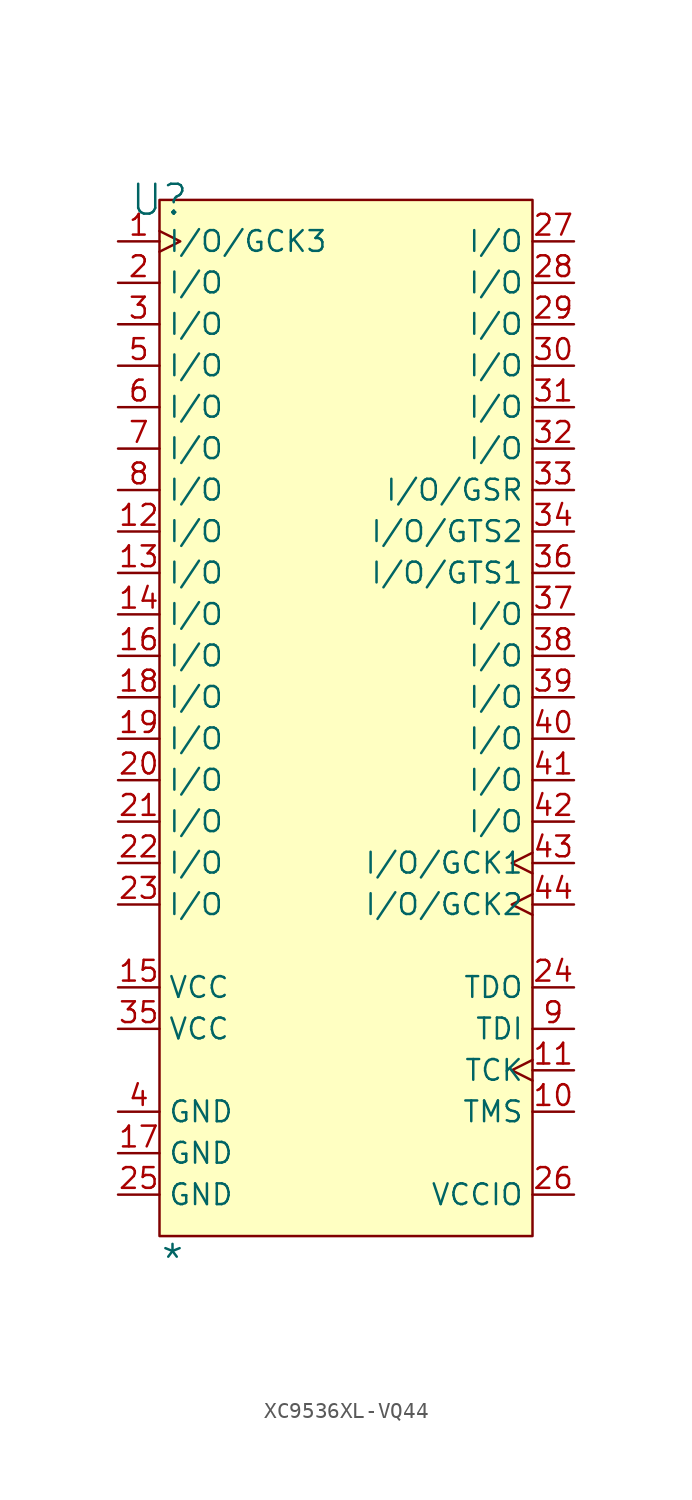
<source format=kicad_sym>
(kicad_symbol_lib
  (version 20241209)
  (generator "kicad_symbol_editor")
  (generator_version "9.0")
  (symbol "XC9536XL-VQ44"
    (property "Reference" "U"
      (at 0 0 0)
      (effects (font (size 1.829 1.829))))
    (property "Value" "*"
      (at 0 -66.04 0)
      (effects (font (size 1.829 1.829)) (justify left bottom)))
    (symbol "XC9536XL-VQ44_1_0"
      (rectangle (start 22.86 0) (end 0 -63.5) (stroke (width 0) (type solid) (color 128 0 0 1)) (fill (type background)))
      (pin bidirectional clock (at -2.54 -2.54 0) (length 2.54) (name "I/O/GCK3" (effects (font (size 1.27 1.27)))) (number "1" (effects (font (size 1.27 1.27)))))
      (pin bidirectional line (at -2.54 -5.08 0) (length 2.54) (name "I/O" (effects (font (size 1.27 1.27)))) (number "2" (effects (font (size 1.27 1.27)))))
      (pin bidirectional line (at -2.54 -7.62 0) (length 2.54) (name "I/O" (effects (font (size 1.27 1.27)))) (number "3" (effects (font (size 1.27 1.27)))))
      (pin bidirectional line (at -2.54 -10.16 0) (length 2.54) (name "I/O" (effects (font (size 1.27 1.27)))) (number "5" (effects (font (size 1.27 1.27)))))
      (pin bidirectional line (at -2.54 -12.7 0) (length 2.54) (name "I/O" (effects (font (size 1.27 1.27)))) (number "6" (effects (font (size 1.27 1.27)))))
      (pin bidirectional line (at -2.54 -15.24 0) (length 2.54) (name "I/O" (effects (font (size 1.27 1.27)))) (number "7" (effects (font (size 1.27 1.27)))))
      (pin bidirectional line (at -2.54 -17.78 0) (length 2.54) (name "I/O" (effects (font (size 1.27 1.27)))) (number "8" (effects (font (size 1.27 1.27)))))
      (pin bidirectional line (at -2.54 -20.32 0) (length 2.54) (name "I/O" (effects (font (size 1.27 1.27)))) (number "12" (effects (font (size 1.27 1.27)))))
      (pin bidirectional line (at -2.54 -22.86 0) (length 2.54) (name "I/O" (effects (font (size 1.27 1.27)))) (number "13" (effects (font (size 1.27 1.27)))))
      (pin bidirectional line (at -2.54 -25.4 0) (length 2.54) (name "I/O" (effects (font (size 1.27 1.27)))) (number "14" (effects (font (size 1.27 1.27)))))
      (pin bidirectional line (at -2.54 -27.94 0) (length 2.54) (name "I/O" (effects (font (size 1.27 1.27)))) (number "16" (effects (font (size 1.27 1.27)))))
      (pin bidirectional line (at -2.54 -30.48 0) (length 2.54) (name "I/O" (effects (font (size 1.27 1.27)))) (number "18" (effects (font (size 1.27 1.27)))))
      (pin bidirectional line (at -2.54 -33.02 0) (length 2.54) (name "I/O" (effects (font (size 1.27 1.27)))) (number "19" (effects (font (size 1.27 1.27)))))
      (pin bidirectional line (at -2.54 -35.56 0) (length 2.54) (name "I/O" (effects (font (size 1.27 1.27)))) (number "20" (effects (font (size 1.27 1.27)))))
      (pin bidirectional line (at -2.54 -38.1 0) (length 2.54) (name "I/O" (effects (font (size 1.27 1.27)))) (number "21" (effects (font (size 1.27 1.27)))))
      (pin bidirectional line (at -2.54 -40.64 0) (length 2.54) (name "I/O" (effects (font (size 1.27 1.27)))) (number "22" (effects (font (size 1.27 1.27)))))
      (pin bidirectional line (at -2.54 -43.18 0) (length 2.54) (name "I/O" (effects (font (size 1.27 1.27)))) (number "23" (effects (font (size 1.27 1.27)))))
      (pin power_in line (at -2.54 -48.26 0) (length 2.54) (name "VCC" (effects (font (size 1.27 1.27)))) (number "15" (effects (font (size 1.27 1.27)))))
      (pin power_in line (at -2.54 -50.8 0) (length 2.54) (name "VCC" (effects (font (size 1.27 1.27)))) (number "35" (effects (font (size 1.27 1.27)))))
      (pin power_in line (at -2.54 -55.88 0) (length 2.54) (name "GND" (effects (font (size 1.27 1.27)))) (number "4" (effects (font (size 1.27 1.27)))))
      (pin power_in line (at -2.54 -58.42 0) (length 2.54) (name "GND" (effects (font (size 1.27 1.27)))) (number "17" (effects (font (size 1.27 1.27)))))
      (pin power_in line (at -2.54 -60.96 0) (length 2.54) (name "GND" (effects (font (size 1.27 1.27)))) (number "25" (effects (font (size 1.27 1.27)))))
      (pin bidirectional line (at 25.4 -2.54 180) (length 2.54) (name "I/O" (effects (font (size 1.27 1.27)))) (number "27" (effects (font (size 1.27 1.27)))))
      (pin bidirectional line (at 25.4 -5.08 180) (length 2.54) (name "I/O" (effects (font (size 1.27 1.27)))) (number "28" (effects (font (size 1.27 1.27)))))
      (pin bidirectional line (at 25.4 -7.62 180) (length 2.54) (name "I/O" (effects (font (size 1.27 1.27)))) (number "29" (effects (font (size 1.27 1.27)))))
      (pin bidirectional line (at 25.4 -10.16 180) (length 2.54) (name "I/O" (effects (font (size 1.27 1.27)))) (number "30" (effects (font (size 1.27 1.27)))))
      (pin bidirectional line (at 25.4 -12.7 180) (length 2.54) (name "I/O" (effects (font (size 1.27 1.27)))) (number "31" (effects (font (size 1.27 1.27)))))
      (pin bidirectional line (at 25.4 -15.24 180) (length 2.54) (name "I/O" (effects (font (size 1.27 1.27)))) (number "32" (effects (font (size 1.27 1.27)))))
      (pin bidirectional line (at 25.4 -17.78 180) (length 2.54) (name "I/O/GSR" (effects (font (size 1.27 1.27)))) (number "33" (effects (font (size 1.27 1.27)))))
      (pin bidirectional line (at 25.4 -20.32 180) (length 2.54) (name "I/O/GTS2" (effects (font (size 1.27 1.27)))) (number "34" (effects (font (size 1.27 1.27)))))
      (pin bidirectional line (at 25.4 -22.86 180) (length 2.54) (name "I/O/GTS1" (effects (font (size 1.27 1.27)))) (number "36" (effects (font (size 1.27 1.27)))))
      (pin bidirectional line (at 25.4 -25.4 180) (length 2.54) (name "I/O" (effects (font (size 1.27 1.27)))) (number "37" (effects (font (size 1.27 1.27)))))
      (pin bidirectional line (at 25.4 -27.94 180) (length 2.54) (name "I/O" (effects (font (size 1.27 1.27)))) (number "38" (effects (font (size 1.27 1.27)))))
      (pin bidirectional line (at 25.4 -30.48 180) (length 2.54) (name "I/O" (effects (font (size 1.27 1.27)))) (number "39" (effects (font (size 1.27 1.27)))))
      (pin bidirectional line (at 25.4 -33.02 180) (length 2.54) (name "I/O" (effects (font (size 1.27 1.27)))) (number "40" (effects (font (size 1.27 1.27)))))
      (pin bidirectional line (at 25.4 -35.56 180) (length 2.54) (name "I/O" (effects (font (size 1.27 1.27)))) (number "41" (effects (font (size 1.27 1.27)))))
      (pin bidirectional line (at 25.4 -38.1 180) (length 2.54) (name "I/O" (effects (font (size 1.27 1.27)))) (number "42" (effects (font (size 1.27 1.27)))))
      (pin bidirectional clock (at 25.4 -40.64 180) (length 2.54) (name "I/O/GCK1" (effects (font (size 1.27 1.27)))) (number "43" (effects (font (size 1.27 1.27)))))
      (pin bidirectional clock (at 25.4 -43.18 180) (length 2.54) (name "I/O/GCK2" (effects (font (size 1.27 1.27)))) (number "44" (effects (font (size 1.27 1.27)))))
      (pin tri_state line (at 25.4 -48.26 180) (length 2.54) (name "TDO" (effects (font (size 1.27 1.27)))) (number "24" (effects (font (size 1.27 1.27)))))
      (pin input line (at 25.4 -50.8 180) (length 2.54) (name "TDI" (effects (font (size 1.27 1.27)))) (number "9" (effects (font (size 1.27 1.27)))))
      (pin input clock (at 25.4 -53.34 180) (length 2.54) (name "TCK" (effects (font (size 1.27 1.27)))) (number "11" (effects (font (size 1.27 1.27)))))
      (pin input line (at 25.4 -55.88 180) (length 2.54) (name "TMS" (effects (font (size 1.27 1.27)))) (number "10" (effects (font (size 1.27 1.27)))))
      (pin power_in line (at 25.4 -60.96 180) (length 2.54) (name "VCCIO" (effects (font (size 1.27 1.27)))) (number "26" (effects (font (size 1.27 1.27))))))))
</source>
